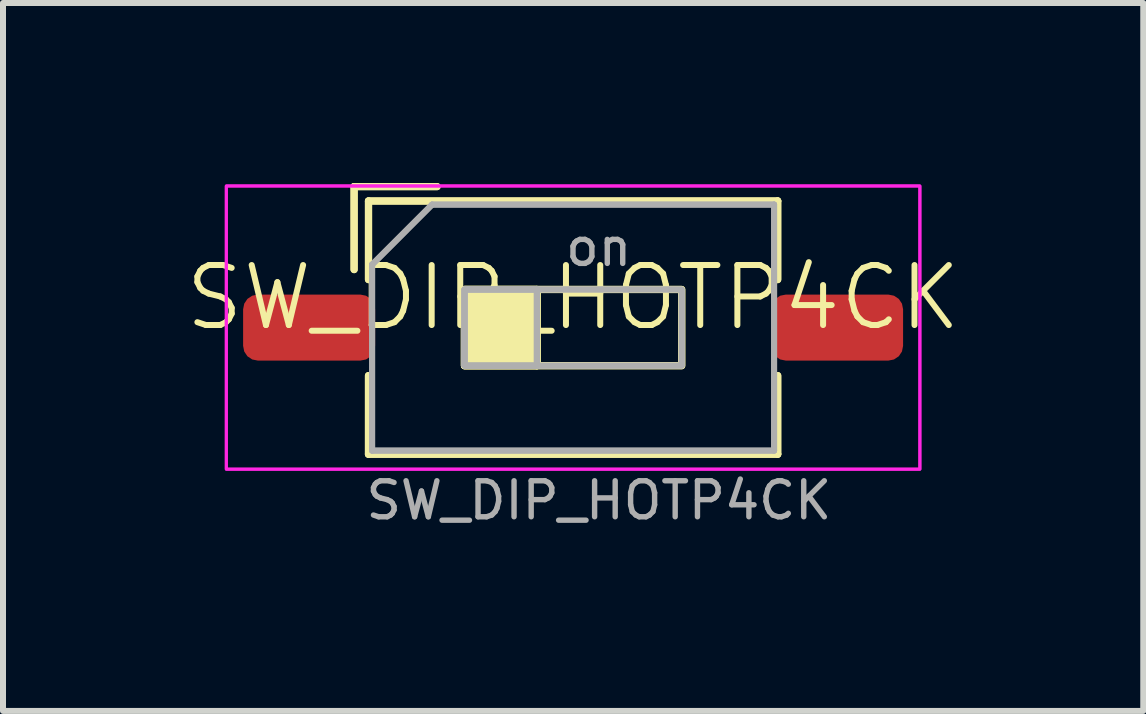
<source format=kicad_pcb>
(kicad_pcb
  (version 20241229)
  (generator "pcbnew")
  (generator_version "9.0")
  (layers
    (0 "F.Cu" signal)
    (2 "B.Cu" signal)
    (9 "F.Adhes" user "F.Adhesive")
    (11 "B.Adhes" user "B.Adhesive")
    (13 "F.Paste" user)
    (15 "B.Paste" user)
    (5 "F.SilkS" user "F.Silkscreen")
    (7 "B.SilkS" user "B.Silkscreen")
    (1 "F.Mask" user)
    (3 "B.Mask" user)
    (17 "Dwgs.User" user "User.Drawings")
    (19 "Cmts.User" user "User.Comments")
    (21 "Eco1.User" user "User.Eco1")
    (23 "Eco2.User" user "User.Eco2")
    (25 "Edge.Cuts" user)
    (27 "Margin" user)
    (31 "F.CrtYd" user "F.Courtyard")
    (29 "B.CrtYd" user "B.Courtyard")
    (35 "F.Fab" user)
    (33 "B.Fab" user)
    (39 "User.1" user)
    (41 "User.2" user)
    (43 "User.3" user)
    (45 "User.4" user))
  (footprint "SW_DIP_HOTP4CK"
    (layer "F.Cu")
    (at 6.502 2.41)
    (property "Reference" "SW_DIP_HOTP4CK" (at 0 -0.5 0) (unlocked yes) (layer "F.SilkS") (effects (font (size 1 1) (thickness 0.1))))
    (attr smd)
    (fp_line (start -3.65 -2.35) (end -3.65 -0.967) (stroke (width 0.12) (type solid)) (layer "F.SilkS"))
    (fp_line (start -3.65 -2.35) (end -3.65 -0.967) (stroke (width 0.12) (type solid)) (layer "F.SilkS"))
    (fp_line (start -3.65 -2.35) (end -2.267 -2.35) (stroke (width 0.12) (type solid)) (layer "F.SilkS"))
    (fp_line (start -3.65 -2.35) (end -2.267 -2.35) (stroke (width 0.12) (type solid)) (layer "F.SilkS"))
    (fp_line (start -3.41 -2.11) (end -3.41 -0.8) (stroke (width 0.12) (type solid)) (layer "F.SilkS"))
    (fp_line (start -3.41 -2.11) (end -3.41 -0.8) (stroke (width 0.12) (type solid)) (layer "F.SilkS"))
    (fp_line (start -3.41 -2.11) (end 3.41 -2.11) (stroke (width 0.12) (type solid)) (layer "F.SilkS"))
    (fp_line (start -3.41 -2.11) (end 3.41 -2.11) (stroke (width 0.12) (type solid)) (layer "F.SilkS"))
    (fp_line (start -3.41 0.8) (end -3.41 2.11) (stroke (width 0.12) (type solid)) (layer "F.SilkS"))
    (fp_line (start -3.41 0.8) (end -3.41 2.11) (stroke (width 0.12) (type solid)) (layer "F.SilkS"))
    (fp_line (start -3.41 2.11) (end 3.41 2.11) (stroke (width 0.12) (type solid)) (layer "F.SilkS"))
    (fp_line (start -3.41 2.11) (end 3.41 2.11) (stroke (width 0.12) (type solid)) (layer "F.SilkS"))
    (fp_line (start -0.603 -0.635) (end -0.603 0.635) (stroke (width 0.12) (type solid)) (layer "F.SilkS"))
    (fp_line (start -0.603 -0.635) (end -0.603 0.635) (stroke (width 0.12) (type solid)) (layer "F.SilkS"))
    (fp_line (start 3.41 -2.11) (end 3.41 -0.8) (stroke (width 0.12) (type solid)) (layer "F.SilkS"))
    (fp_line (start 3.41 -2.11) (end 3.41 -0.8) (stroke (width 0.12) (type solid)) (layer "F.SilkS"))
    (fp_line (start 3.41 0.8) (end 3.41 2.11) (stroke (width 0.12) (type solid)) (layer "F.SilkS"))
    (fp_line (start 3.41 0.8) (end 3.41 2.11) (stroke (width 0.12) (type solid)) (layer "F.SilkS"))
    (fp_rect (start -1.81 -0.635) (end -0.603 0.635) (stroke (width 0.12) (type solid)) (fill yes) (layer "F.SilkS"))
    (fp_rect (start -1.81 -0.635) (end -0.603 0.635) (stroke (width 0.12) (type solid)) (fill yes) (layer "F.SilkS"))
    (fp_rect (start -1.81 -0.635) (end 1.81 0.635) (stroke (width 0.12) (type solid)) (fill no) (layer "F.SilkS"))
    (fp_rect (start -1.81 -0.635) (end 1.81 0.635) (stroke (width 0.12) (type solid)) (fill no) (layer "F.SilkS"))
    (fp_rect (start -5.78 -2.36) (end 5.78 2.36) (stroke (width 0.05) (type solid)) (fill no) (layer "F.CrtYd"))
    (fp_rect (start -5.78 -2.36) (end 5.78 2.36) (stroke (width 0.05) (type solid)) (fill no) (layer "F.CrtYd"))
    (fp_line (start -3.35 -1.05) (end -2.35 -2.05) (stroke (width 0.1) (type solid)) (layer "F.Fab"))
    (fp_line (start -3.35 -1.05) (end -2.35 -2.05) (stroke (width 0.1) (type solid)) (layer "F.Fab"))
    (fp_line (start -3.35 2.05) (end -3.35 -1.05) (stroke (width 0.1) (type solid)) (layer "F.Fab"))
    (fp_line (start -3.35 2.05) (end -3.35 -1.05) (stroke (width 0.1) (type solid)) (layer "F.Fab"))
    (fp_line (start -2.35 -2.05) (end 3.35 -2.05) (stroke (width 0.1) (type solid)) (layer "F.Fab"))
    (fp_line (start -2.35 -2.05) (end 3.35 -2.05) (stroke (width 0.1) (type solid)) (layer "F.Fab"))
    (fp_line (start -0.603 -0.635) (end -0.603 0.635) (stroke (width 0.1) (type solid)) (layer "F.Fab"))
    (fp_line (start -0.603 -0.635) (end -0.603 0.635) (stroke (width 0.1) (type solid)) (layer "F.Fab"))
    (fp_line (start 3.35 -2.05) (end 3.35 2.05) (stroke (width 0.1) (type solid)) (layer "F.Fab"))
    (fp_line (start 3.35 -2.05) (end 3.35 2.05) (stroke (width 0.1) (type solid)) (layer "F.Fab"))
    (fp_line (start 3.35 2.05) (end -3.35 2.05) (stroke (width 0.1) (type solid)) (layer "F.Fab"))
    (fp_line (start 3.35 2.05) (end -3.35 2.05) (stroke (width 0.1) (type solid)) (layer "F.Fab"))
    (fp_rect (start -1.81 -0.635) (end -0.603 0.635) (stroke (width 0.1) (type solid)) (fill no) (layer "F.Fab"))
    (fp_rect (start -1.81 -0.635) (end -0.603 0.635) (stroke (width 0.1) (type solid)) (fill no) (layer "F.Fab"))
    (fp_rect (start -1.81 -0.635) (end 1.81 0.635) (stroke (width 0.1) (type solid)) (fill no) (layer "F.Fab"))
    (fp_rect (start -1.81 -0.635) (end 1.81 0.635) (stroke (width 0.1) (type solid)) (fill no) (layer "F.Fab"))
    (fp_text user "on" (at 0.427 -1.343 0) (layer "F.Fab") (effects (font (size 0.6 0.6) (thickness 0.09))))
    (fp_text user "${REFERENCE}" (at 0.43 2.88 0) (layer "F.Fab") (effects (font (size 0.6 0.6) (thickness 0.09))))
    (pad "1" smd roundrect (at -4.4 0) (size 2.2 1.1) (layers "F.Cu" "F.Mask" "F.Paste") (roundrect_rratio 0.223))
    (pad "2" smd roundrect (at 4.4 0) (size 2.2 1.1) (layers "F.Cu" "F.Mask" "F.Paste") (roundrect_rratio 0.223)))
  (gr_rect
    (start -3 -3)
    (end 16.005 8.799)
    (stroke (width 0.1) (type default))
    (fill no)
    (layer "Edge.Cuts")))
</source>
